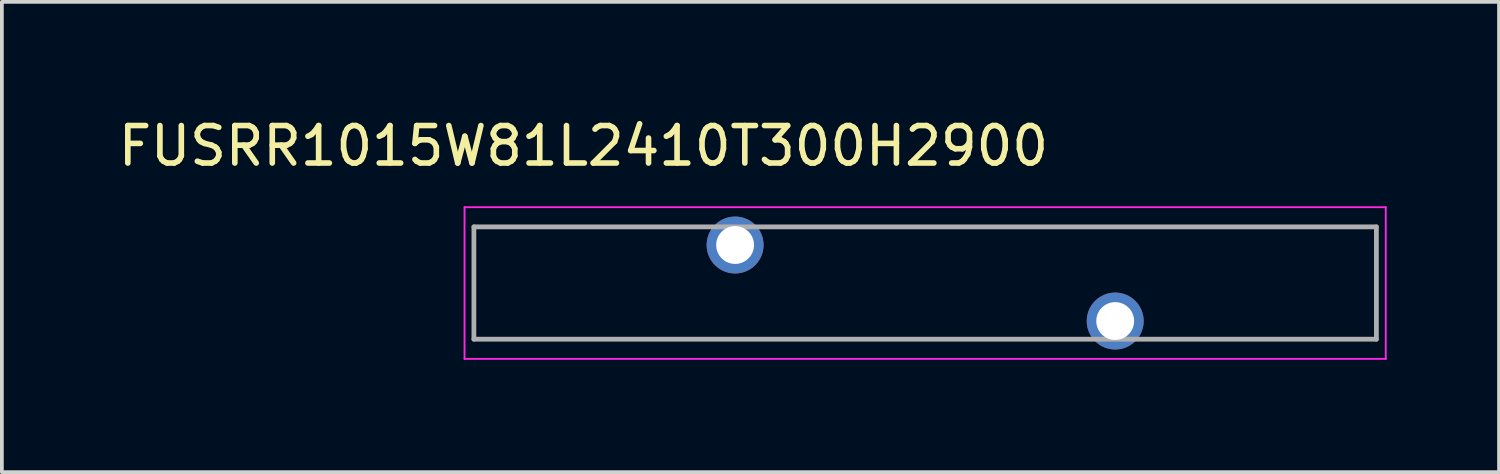
<source format=kicad_pcb>
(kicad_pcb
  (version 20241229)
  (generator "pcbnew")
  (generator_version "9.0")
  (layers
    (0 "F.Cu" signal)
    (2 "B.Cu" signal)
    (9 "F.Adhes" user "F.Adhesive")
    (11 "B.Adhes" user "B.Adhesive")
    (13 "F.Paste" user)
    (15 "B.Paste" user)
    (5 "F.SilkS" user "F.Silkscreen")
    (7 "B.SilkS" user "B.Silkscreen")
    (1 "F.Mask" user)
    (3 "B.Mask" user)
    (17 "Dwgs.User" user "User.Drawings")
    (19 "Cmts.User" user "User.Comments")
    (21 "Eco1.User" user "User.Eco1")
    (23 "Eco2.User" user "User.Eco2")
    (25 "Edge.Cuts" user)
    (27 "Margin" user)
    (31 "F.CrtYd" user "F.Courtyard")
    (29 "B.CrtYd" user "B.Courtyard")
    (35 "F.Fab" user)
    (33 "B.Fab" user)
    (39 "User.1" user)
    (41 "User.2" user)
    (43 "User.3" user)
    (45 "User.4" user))
  (footprint "FUSRR1015W81L2410T300H2900"
    (layer "F.Cu")
    (at 21.655 4.508)
    (property "Reference" "FUSRR1015W81L2410T300H2900" (at -9.125 -3.66 0) (layer "F.SilkS") (effects (font (size 1 1) (thickness 0.15))))
    (attr through_hole)
    (fp_line (start -12.3 -2.025) (end -12.3 2.025) (stroke (width 0.05) (type solid)) (layer "F.CrtYd"))
    (fp_line (start -12.3 2.025) (end 12.3 2.025) (stroke (width 0.05) (type solid)) (layer "F.CrtYd"))
    (fp_line (start 12.3 -2.025) (end -12.3 -2.025) (stroke (width 0.05) (type solid)) (layer "F.CrtYd"))
    (fp_line (start 12.3 2.025) (end 12.3 -2.025) (stroke (width 0.05) (type solid)) (layer "F.CrtYd"))
    (fp_line (start -12.05 -1.5) (end 12.05 -1.5) (stroke (width 0.127) (type solid)) (layer "F.Fab"))
    (fp_line (start -12.05 1.5) (end -12.05 -1.5) (stroke (width 0.127) (type solid)) (layer "F.Fab"))
    (fp_line (start 12.05 -1.5) (end 12.05 1.5) (stroke (width 0.127) (type solid)) (layer "F.Fab"))
    (fp_line (start 12.05 1.5) (end -12.05 1.5) (stroke (width 0.127) (type solid)) (layer "F.Fab"))
    (pad "1" thru_hole circle (at -5.075 -1.015) (size 1.52 1.52) (drill 1.01) (layers "*.Cu" "*.Mask"))
    (pad "2" thru_hole circle (at 5.075 1.015) (size 1.52 1.52) (drill 1.01) (layers "*.Cu" "*.Mask")))
  (gr_rect
    (start -3 -3)
    (end 36.98 9.558)
    (stroke (width 0.1) (type default))
    (fill no)
    (layer "Edge.Cuts")))
</source>
